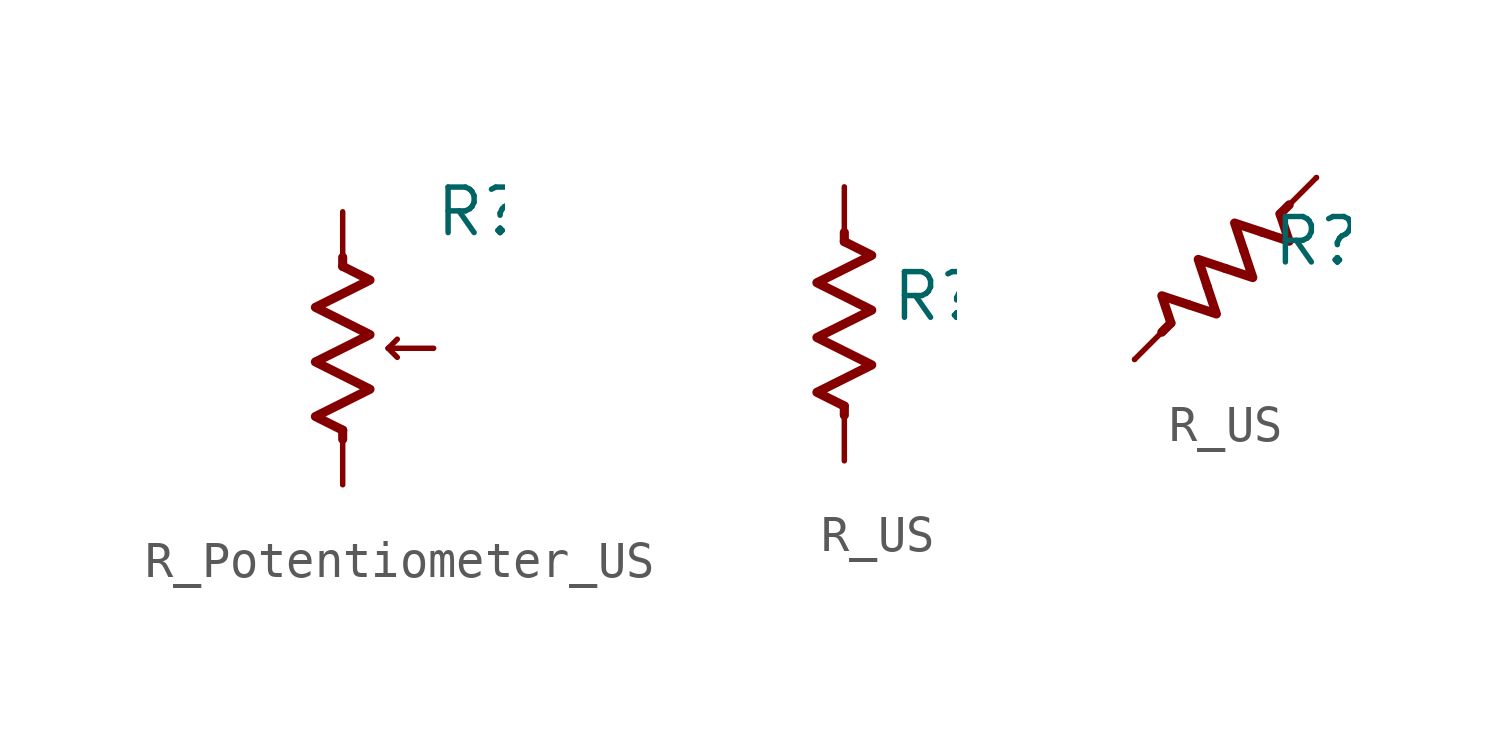
<source format=kicad_sym>
(kicad_symbol_lib
  (version 20231120)
  (generator "kicad_symbol_editor")
  (generator_version "8.0")
  (symbol "R_Potentiometer_US"
    (pin_numbers hide)
    (pin_names
      (offset 0.254) hide)
    (property "Reference" "R"
      (at 2.54 3.81 0)
      (effects (font (size 1.27 1.27)) (justify left)))
    (property "Value" ""
      (at 2.54 1.905 0)
      (effects (font (size 1.27 1.27)) (justify left)))
    (symbol "R_Potentiometer_US_0_1"
      (polyline (pts (xy 0 -2.286) (xy 0 -2.54)) (stroke (width 0.254) (type default)) (fill (type none)))
      (polyline (pts (xy 0 2.286) (xy 0 2.54)) (stroke (width 0.254) (type default)) (fill (type none)))
      (polyline (pts (xy 1.27 0) (xy 1.524 -0.254)) (stroke (width 0) (type default)) (fill (type none)))
      (polyline (pts (xy 1.27 0) (xy 1.524 0.254)) (stroke (width 0) (type default)) (fill (type none)))
      (polyline (pts (xy 0 2.286) (xy 0.762 1.905) (xy -0.762 1.143) (xy 0 0.762) (xy 0.762 0.381) (xy 0 0) (xy -0.762 -0.381) (xy 0 -0.762) (xy 0.762 -1.143) (xy 0 -1.524) (xy -0.762 -1.905) (xy 0 -2.286)) (stroke (width 0.254) (type default)) (fill (type none))))
    (symbol "R_Potentiometer_US_1_1"
      (pin passive line (at 0 3.81 270) (length 1.27) (name "~" (effects (font (size 1.27 1.27)))) (number "1" (effects (font (size 1.27 1.27)))))
      (pin passive line (at 0 -3.81 90) (length 1.27) (name "~" (effects (font (size 1.27 1.27)))) (number "2" (effects (font (size 1.27 1.27)))))
      (pin passive line (at 2.54 0 180) (length 1.27) (name "~" (effects (font (size 1.27 1.27)))) (number "3" (effects (font (size 1.27 1.27)))))))
  (symbol "R_US"
    (pin_numbers hide)
    (pin_names
      (offset 0))
    (property "Reference" "R"
      (at 1.27 0.762 0)
      (effects (font (size 1.27 1.27)) (justify left)))
    (property "Value" ""
      (at 1.27 -1.27 0)
      (effects (font (size 1.27 1.27)) (justify left)))
    (symbol "R_US_0_1"
      (polyline (pts (xy 0 -2.286) (xy 0 -2.54)) (stroke (width 0.254) (type default)) (fill (type none)))
      (polyline (pts (xy 0 2.286) (xy 0 2.54)) (stroke (width 0.254) (type default)) (fill (type none)))
      (polyline (pts (xy 0 2.286) (xy 0.762 1.905) (xy -0.762 1.143) (xy 0 0.762) (xy 0.762 0.381) (xy 0 0) (xy -0.762 -0.381) (xy 0 -0.762) (xy 0.762 -1.143) (xy 0 -1.524) (xy -0.762 -1.905) (xy 0 -2.286)) (stroke (width 0.254) (type default)) (fill (type none))))
    (symbol "R_US_0_2"
      (polyline (pts (xy -2.54 -2.54) (xy -1.778 -1.778)) (stroke (width 0) (type default)) (fill (type none)))
      (polyline (pts (xy -1.778 -1.778) (xy -1.524 -1.524)) (stroke (width 0.254) (type default)) (fill (type none)))
      (polyline (pts (xy 1.778 1.778) (xy 1.524 1.524)) (stroke (width 0.254) (type default)) (fill (type none)))
      (polyline (pts (xy 1.778 1.778) (xy 2.54 2.54)) (stroke (width 0) (type default)) (fill (type none)))
      (polyline (pts (xy -1.524 -1.524) (xy -1.778 -0.762) (xy -1.016 -1.016)) (stroke (width 0.254) (type default)) (fill (type none)))
      (polyline (pts (xy -0.508 -0.508) (xy -0.762 0.254) (xy 0 0)) (stroke (width 0.254) (type default)) (fill (type none)))
      (polyline (pts (xy -0.508 -0.508) (xy -0.254 -1.27) (xy -1.016 -1.016)) (stroke (width 0.254) (type default)) (fill (type none)))
      (polyline (pts (xy 0.508 0.508) (xy 0.254 1.27) (xy 1.016 1.016)) (stroke (width 0.254) (type default)) (fill (type none)))
      (polyline (pts (xy 0.508 0.508) (xy 0.762 -0.254) (xy 0 0)) (stroke (width 0.254) (type default)) (fill (type none)))
      (polyline (pts (xy 1.524 1.524) (xy 1.778 0.762) (xy 1.016 1.016)) (stroke (width 0.254) (type default)) (fill (type none))))
    (symbol "R_US_1_1"
      (pin passive line (at 0 3.81 270) (length 1.27) (name "~" (effects (font (size 1.27 1.27)))) (number "1" (effects (font (size 1.27 1.27)))))
      (pin passive line (at 0 -3.81 90) (length 1.27) (name "~" (effects (font (size 1.27 1.27)))) (number "2" (effects (font (size 1.27 1.27))))))
    (symbol "R_US_1_2"
      (pin passive line (at 2.54 2.54 180) (length 0) (name "" (effects (font (size 1.27 1.27)))) (number "1" (effects (font (size 1.27 1.27)))))
      (pin passive line (at -2.54 -2.54 0) (length 0) (name "" (effects (font (size 1.27 1.27)))) (number "2" (effects (font (size 1.27 1.27))))))))
</source>
